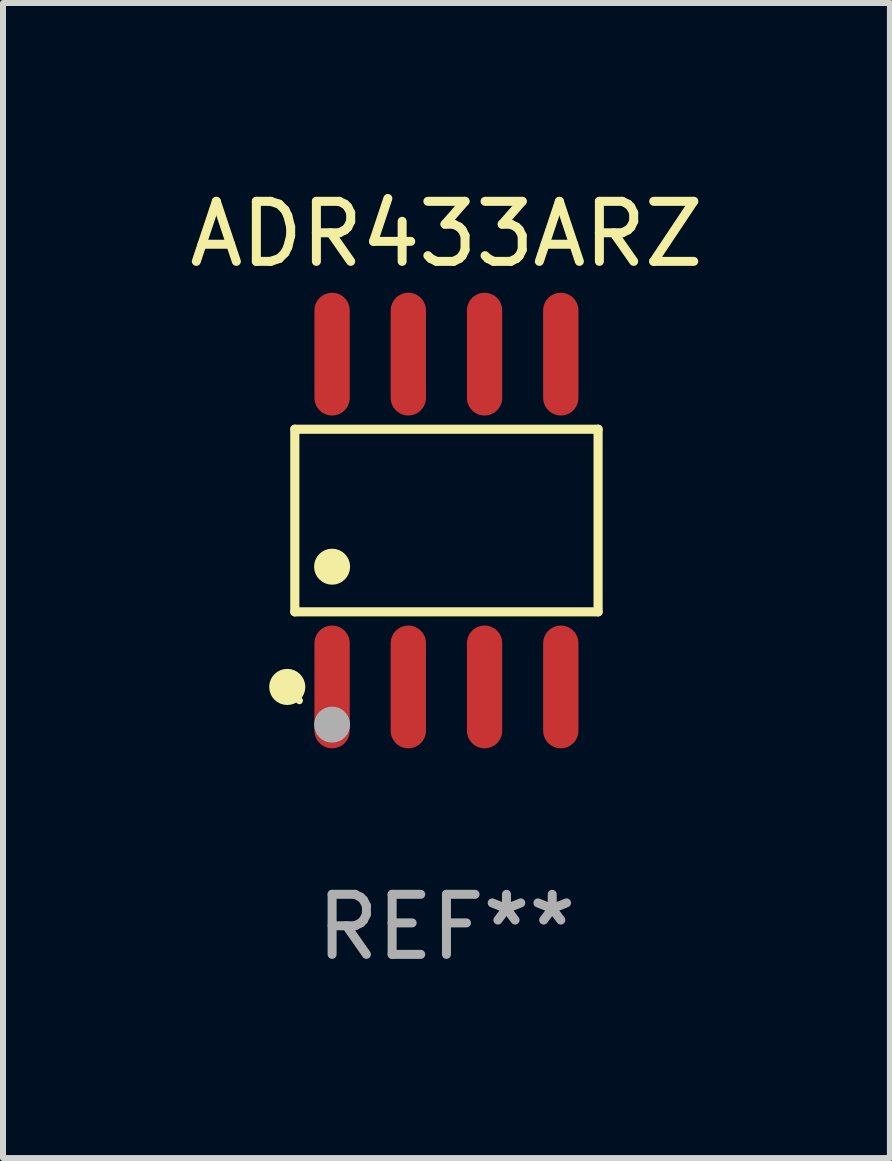
<source format=kicad_pcb>
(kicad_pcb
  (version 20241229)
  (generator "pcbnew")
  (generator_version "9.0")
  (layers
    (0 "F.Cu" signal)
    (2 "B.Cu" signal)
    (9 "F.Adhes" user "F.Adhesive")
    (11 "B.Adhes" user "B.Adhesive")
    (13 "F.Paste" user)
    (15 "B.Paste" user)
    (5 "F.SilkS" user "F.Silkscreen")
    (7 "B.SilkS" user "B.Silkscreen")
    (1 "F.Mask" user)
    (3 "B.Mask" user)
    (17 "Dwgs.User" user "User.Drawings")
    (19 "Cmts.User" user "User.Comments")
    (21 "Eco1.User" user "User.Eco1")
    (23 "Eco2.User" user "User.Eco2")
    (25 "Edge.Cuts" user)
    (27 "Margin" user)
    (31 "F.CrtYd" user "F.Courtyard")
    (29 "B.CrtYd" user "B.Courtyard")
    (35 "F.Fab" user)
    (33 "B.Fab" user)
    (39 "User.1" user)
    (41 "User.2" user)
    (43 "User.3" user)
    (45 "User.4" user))
  (footprint "ADR433ARZ"
    (layer "F.Cu")
    (at 4.387 5.621)
    (property "Reference" "ADR433ARZ" (at 0 -4.772 0) (layer "F.SilkS") (effects (font (size 1 1) (thickness 0.15))))
    (attr through_hole)
    (fp_line (start -2.526 -1.521) (end 2.526 -1.521) (stroke (width 0.152) (type solid)) (layer "F.SilkS"))
    (fp_line (start -2.526 1.521) (end -2.526 -1.521) (stroke (width 0.152) (type solid)) (layer "F.SilkS"))
    (fp_line (start 2.526 -1.521) (end 2.526 1.521) (stroke (width 0.152) (type solid)) (layer "F.SilkS"))
    (fp_line (start 2.526 1.521) (end -2.526 1.521) (stroke (width 0.152) (type solid)) (layer "F.SilkS"))
    (fp_circle (center -2.652 2.772) (end -2.501 2.772) (stroke (width 0.3) (type solid)) (fill no) (layer "F.SilkS"))
    (fp_circle (center -2.45 3) (end -2.42 3) (stroke (width 0.06) (type solid)) (fill no) (layer "F.SilkS"))
    (fp_circle (center -1.905 0.769) (end -1.755 0.769) (stroke (width 0.3) (type solid)) (fill no) (layer "F.SilkS"))
    (fp_circle (center -1.905 3.4) (end -1.755 3.4) (stroke (width 0.3) (type solid)) (fill no) (layer "F.Fab"))
    (fp_text user "REF**" (at 0 6.772 0) (layer "F.Fab") (effects (font (size 1 1) (thickness 0.15))))
    (pad "1" smd oval (at -1.905 2.772) (size 0.588 2.045) (layers "F.Cu" "F.Mask" "F.Paste"))
    (pad "2" smd oval (at -0.635 2.772) (size 0.588 2.045) (layers "F.Cu" "F.Mask" "F.Paste"))
    (pad "3" smd oval (at 0.635 2.772) (size 0.588 2.045) (layers "F.Cu" "F.Mask" "F.Paste"))
    (pad "4" smd oval (at 1.905 2.772) (size 0.588 2.045) (layers "F.Cu" "F.Mask" "F.Paste"))
    (pad "5" smd oval (at 1.905 -2.772) (size 0.588 2.045) (layers "F.Cu" "F.Mask" "F.Paste"))
    (pad "6" smd oval (at 0.635 -2.772) (size 0.588 2.045) (layers "F.Cu" "F.Mask" "F.Paste"))
    (pad "7" smd oval (at -0.635 -2.772) (size 0.588 2.045) (layers "F.Cu" "F.Mask" "F.Paste"))
    (pad "8" smd oval (at -1.905 -2.772) (size 0.588 2.045) (layers "F.Cu" "F.Mask" "F.Paste")))
  (gr_rect
    (start -3 -3)
    (end 11.774 16.241)
    (stroke (width 0.1) (type default))
    (fill no)
    (layer "Edge.Cuts")))
</source>
